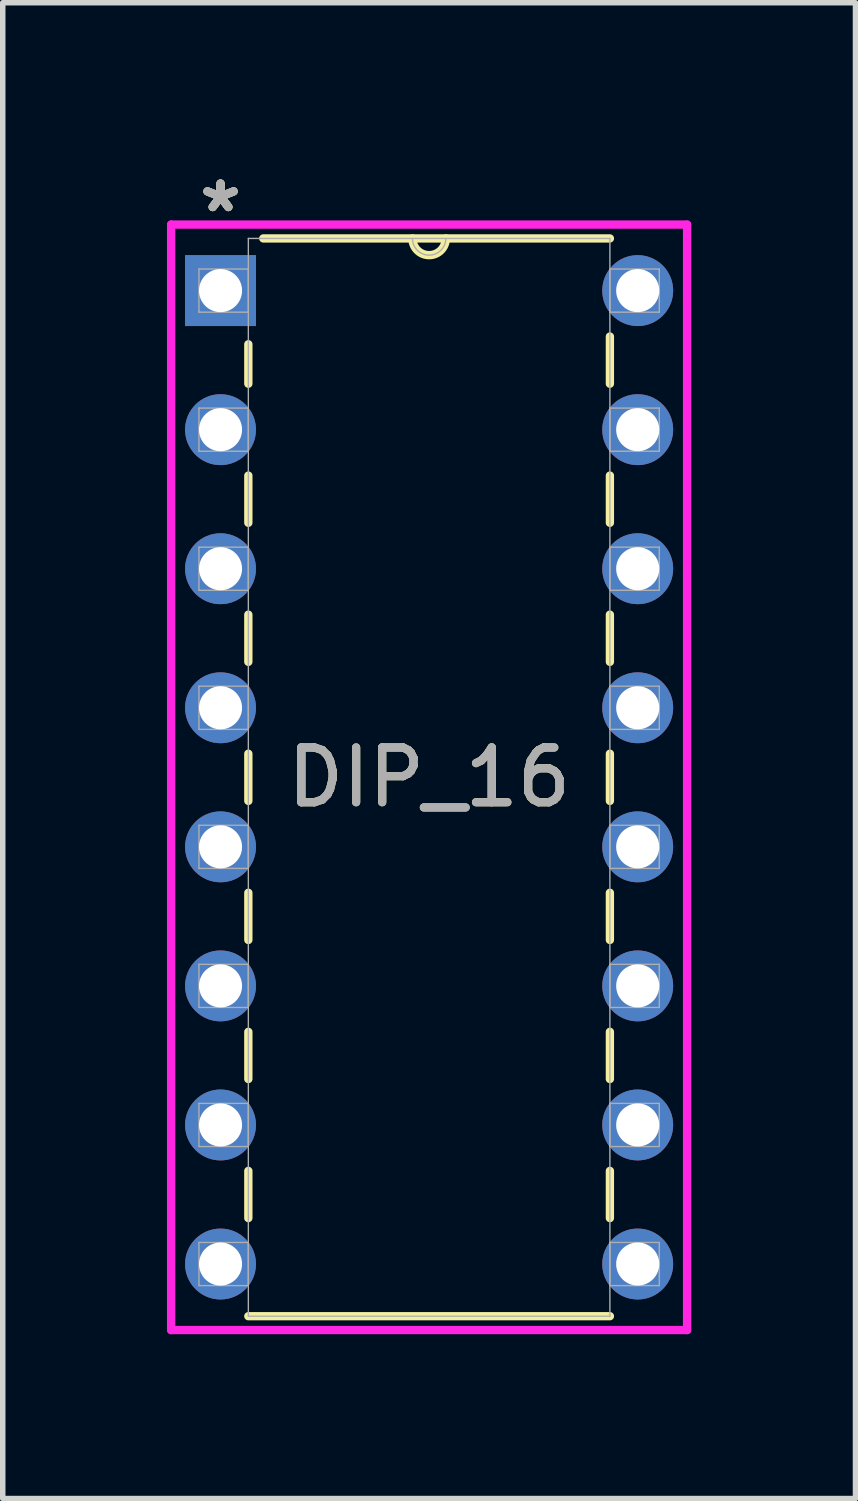
<source format=kicad_pcb>
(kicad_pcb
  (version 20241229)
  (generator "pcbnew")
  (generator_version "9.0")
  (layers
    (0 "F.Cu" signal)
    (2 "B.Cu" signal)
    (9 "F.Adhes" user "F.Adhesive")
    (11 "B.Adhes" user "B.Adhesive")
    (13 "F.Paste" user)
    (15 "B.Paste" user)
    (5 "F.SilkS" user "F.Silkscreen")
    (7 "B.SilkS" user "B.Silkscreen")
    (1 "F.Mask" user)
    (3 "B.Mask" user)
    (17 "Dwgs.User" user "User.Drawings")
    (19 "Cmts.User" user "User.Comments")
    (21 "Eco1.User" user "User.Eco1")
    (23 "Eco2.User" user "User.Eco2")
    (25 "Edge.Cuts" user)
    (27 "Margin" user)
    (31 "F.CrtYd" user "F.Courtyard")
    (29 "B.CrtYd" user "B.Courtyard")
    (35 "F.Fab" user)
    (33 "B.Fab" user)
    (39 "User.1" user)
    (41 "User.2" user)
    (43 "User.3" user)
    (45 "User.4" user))
  (footprint "DIP_16"
    (layer "F.Cu")
    (at 8.598 20.038)
    (property "Reference" "DIP_16" (at -3.81 -8.89 0) (unlocked yes) (layer "F.SilkS") (effects (font (size 1 1) (thickness 0.15))))
    (attr through_hole)
    (fp_line (start -7.112 -16.8) (end -7.112 -16.079) (stroke (width 0.152) (type solid)) (layer "F.SilkS"))
    (fp_line (start -7.112 -14.401) (end -7.112 -13.539) (stroke (width 0.152) (type solid)) (layer "F.SilkS"))
    (fp_line (start -7.112 -11.861) (end -7.112 -10.999) (stroke (width 0.152) (type solid)) (layer "F.SilkS"))
    (fp_line (start -7.112 -9.321) (end -7.112 -8.459) (stroke (width 0.152) (type solid)) (layer "F.SilkS"))
    (fp_line (start -7.112 -6.781) (end -7.112 -5.919) (stroke (width 0.152) (type solid)) (layer "F.SilkS"))
    (fp_line (start -7.112 -4.241) (end -7.112 -3.379) (stroke (width 0.152) (type solid)) (layer "F.SilkS"))
    (fp_line (start -7.112 -1.701) (end -7.112 -0.839) (stroke (width 0.152) (type solid)) (layer "F.SilkS"))
    (fp_line (start -7.112 0.953) (end -0.508 0.953) (stroke (width 0.152) (type solid)) (layer "F.SilkS"))
    (fp_line (start -0.508 -18.733) (end -6.839 -18.733) (stroke (width 0.152) (type solid)) (layer "F.SilkS"))
    (fp_line (start -0.508 -16.079) (end -0.508 -16.941) (stroke (width 0.152) (type solid)) (layer "F.SilkS"))
    (fp_line (start -0.508 -13.539) (end -0.508 -14.401) (stroke (width 0.152) (type solid)) (layer "F.SilkS"))
    (fp_line (start -0.508 -10.999) (end -0.508 -11.861) (stroke (width 0.152) (type solid)) (layer "F.SilkS"))
    (fp_line (start -0.508 -8.459) (end -0.508 -9.321) (stroke (width 0.152) (type solid)) (layer "F.SilkS"))
    (fp_line (start -0.508 -5.919) (end -0.508 -6.781) (stroke (width 0.152) (type solid)) (layer "F.SilkS"))
    (fp_line (start -0.508 -3.379) (end -0.508 -4.241) (stroke (width 0.152) (type solid)) (layer "F.SilkS"))
    (fp_line (start -0.508 -0.839) (end -0.508 -1.701) (stroke (width 0.152) (type solid)) (layer "F.SilkS"))
    (fp_arc (start -3.5052 -18.7325) (mid -3.81 -18.4277) (end -4.1148 -18.7325) (stroke (width 0.1524) (type solid)) (layer "F.SilkS"))
    (fp_line (start -8.522 -18.986) (end -8.522 1.206) (stroke (width 0.152) (type solid)) (layer "F.CrtYd"))
    (fp_line (start -8.522 1.206) (end 0.902 1.206) (stroke (width 0.152) (type solid)) (layer "F.CrtYd"))
    (fp_line (start 0.902 -18.986) (end -8.522 -18.986) (stroke (width 0.152) (type solid)) (layer "F.CrtYd"))
    (fp_line (start 0.902 1.206) (end 0.902 -18.986) (stroke (width 0.152) (type solid)) (layer "F.CrtYd"))
    (fp_line (start -8.014 -18.174) (end -8.014 -17.386) (stroke (width 0.025) (type solid)) (layer "F.Fab"))
    (fp_line (start -8.014 -17.386) (end -7.112 -17.386) (stroke (width 0.025) (type solid)) (layer "F.Fab"))
    (fp_line (start -8.014 -15.634) (end -8.014 -14.846) (stroke (width 0.025) (type solid)) (layer "F.Fab"))
    (fp_line (start -8.014 -14.846) (end -7.112 -14.846) (stroke (width 0.025) (type solid)) (layer "F.Fab"))
    (fp_line (start -8.014 -13.094) (end -8.014 -12.306) (stroke (width 0.025) (type solid)) (layer "F.Fab"))
    (fp_line (start -8.014 -12.306) (end -7.112 -12.306) (stroke (width 0.025) (type solid)) (layer "F.Fab"))
    (fp_line (start -8.014 -10.554) (end -8.014 -9.766) (stroke (width 0.025) (type solid)) (layer "F.Fab"))
    (fp_line (start -8.014 -9.766) (end -7.112 -9.766) (stroke (width 0.025) (type solid)) (layer "F.Fab"))
    (fp_line (start -8.014 -8.014) (end -8.014 -7.226) (stroke (width 0.025) (type solid)) (layer "F.Fab"))
    (fp_line (start -8.014 -7.226) (end -7.112 -7.226) (stroke (width 0.025) (type solid)) (layer "F.Fab"))
    (fp_line (start -8.014 -5.474) (end -8.014 -4.686) (stroke (width 0.025) (type solid)) (layer "F.Fab"))
    (fp_line (start -8.014 -4.686) (end -7.112 -4.686) (stroke (width 0.025) (type solid)) (layer "F.Fab"))
    (fp_line (start -8.014 -2.934) (end -8.014 -2.146) (stroke (width 0.025) (type solid)) (layer "F.Fab"))
    (fp_line (start -8.014 -2.146) (end -7.112 -2.146) (stroke (width 0.025) (type solid)) (layer "F.Fab"))
    (fp_line (start -8.014 -0.394) (end -8.014 0.394) (stroke (width 0.025) (type solid)) (layer "F.Fab"))
    (fp_line (start -8.014 0.394) (end -7.112 0.394) (stroke (width 0.025) (type solid)) (layer "F.Fab"))
    (fp_line (start -7.112 -18.733) (end -7.112 0.953) (stroke (width 0.025) (type solid)) (layer "F.Fab"))
    (fp_line (start -7.112 -18.174) (end -8.014 -18.174) (stroke (width 0.025) (type solid)) (layer "F.Fab"))
    (fp_line (start -7.112 -17.386) (end -7.112 -18.174) (stroke (width 0.025) (type solid)) (layer "F.Fab"))
    (fp_line (start -7.112 -15.634) (end -8.014 -15.634) (stroke (width 0.025) (type solid)) (layer "F.Fab"))
    (fp_line (start -7.112 -14.846) (end -7.112 -15.634) (stroke (width 0.025) (type solid)) (layer "F.Fab"))
    (fp_line (start -7.112 -13.094) (end -8.014 -13.094) (stroke (width 0.025) (type solid)) (layer "F.Fab"))
    (fp_line (start -7.112 -12.306) (end -7.112 -13.094) (stroke (width 0.025) (type solid)) (layer "F.Fab"))
    (fp_line (start -7.112 -10.554) (end -8.014 -10.554) (stroke (width 0.025) (type solid)) (layer "F.Fab"))
    (fp_line (start -7.112 -9.766) (end -7.112 -10.554) (stroke (width 0.025) (type solid)) (layer "F.Fab"))
    (fp_line (start -7.112 -8.014) (end -8.014 -8.014) (stroke (width 0.025) (type solid)) (layer "F.Fab"))
    (fp_line (start -7.112 -7.226) (end -7.112 -8.014) (stroke (width 0.025) (type solid)) (layer "F.Fab"))
    (fp_line (start -7.112 -5.474) (end -8.014 -5.474) (stroke (width 0.025) (type solid)) (layer "F.Fab"))
    (fp_line (start -7.112 -4.686) (end -7.112 -5.474) (stroke (width 0.025) (type solid)) (layer "F.Fab"))
    (fp_line (start -7.112 -2.934) (end -8.014 -2.934) (stroke (width 0.025) (type solid)) (layer "F.Fab"))
    (fp_line (start -7.112 -2.146) (end -7.112 -2.934) (stroke (width 0.025) (type solid)) (layer "F.Fab"))
    (fp_line (start -7.112 -0.394) (end -8.014 -0.394) (stroke (width 0.025) (type solid)) (layer "F.Fab"))
    (fp_line (start -7.112 0.394) (end -7.112 -0.394) (stroke (width 0.025) (type solid)) (layer "F.Fab"))
    (fp_line (start -7.112 0.953) (end -0.508 0.953) (stroke (width 0.025) (type solid)) (layer "F.Fab"))
    (fp_line (start -0.508 -18.733) (end -7.112 -18.733) (stroke (width 0.025) (type solid)) (layer "F.Fab"))
    (fp_line (start -0.508 -18.174) (end -0.508 -17.386) (stroke (width 0.025) (type solid)) (layer "F.Fab"))
    (fp_line (start -0.508 -17.386) (end 0.394 -17.386) (stroke (width 0.025) (type solid)) (layer "F.Fab"))
    (fp_line (start -0.508 -15.634) (end -0.508 -14.846) (stroke (width 0.025) (type solid)) (layer "F.Fab"))
    (fp_line (start -0.508 -14.846) (end 0.394 -14.846) (stroke (width 0.025) (type solid)) (layer "F.Fab"))
    (fp_line (start -0.508 -13.094) (end -0.508 -12.306) (stroke (width 0.025) (type solid)) (layer "F.Fab"))
    (fp_line (start -0.508 -12.306) (end 0.394 -12.306) (stroke (width 0.025) (type solid)) (layer "F.Fab"))
    (fp_line (start -0.508 -10.554) (end -0.508 -9.766) (stroke (width 0.025) (type solid)) (layer "F.Fab"))
    (fp_line (start -0.508 -9.766) (end 0.394 -9.766) (stroke (width 0.025) (type solid)) (layer "F.Fab"))
    (fp_line (start -0.508 -8.014) (end -0.508 -7.226) (stroke (width 0.025) (type solid)) (layer "F.Fab"))
    (fp_line (start -0.508 -7.226) (end 0.394 -7.226) (stroke (width 0.025) (type solid)) (layer "F.Fab"))
    (fp_line (start -0.508 -5.474) (end -0.508 -4.686) (stroke (width 0.025) (type solid)) (layer "F.Fab"))
    (fp_line (start -0.508 -4.686) (end 0.394 -4.686) (stroke (width 0.025) (type solid)) (layer "F.Fab"))
    (fp_line (start -0.508 -2.934) (end -0.508 -2.146) (stroke (width 0.025) (type solid)) (layer "F.Fab"))
    (fp_line (start -0.508 -2.146) (end 0.394 -2.146) (stroke (width 0.025) (type solid)) (layer "F.Fab"))
    (fp_line (start -0.508 -0.394) (end -0.508 0.394) (stroke (width 0.025) (type solid)) (layer "F.Fab"))
    (fp_line (start -0.508 0.394) (end 0.394 0.394) (stroke (width 0.025) (type solid)) (layer "F.Fab"))
    (fp_line (start -0.508 0.953) (end -0.508 -18.733) (stroke (width 0.025) (type solid)) (layer "F.Fab"))
    (fp_line (start 0.394 -18.174) (end -0.508 -18.174) (stroke (width 0.025) (type solid)) (layer "F.Fab"))
    (fp_line (start 0.394 -17.386) (end 0.394 -18.174) (stroke (width 0.025) (type solid)) (layer "F.Fab"))
    (fp_line (start 0.394 -15.634) (end -0.508 -15.634) (stroke (width 0.025) (type solid)) (layer "F.Fab"))
    (fp_line (start 0.394 -14.846) (end 0.394 -15.634) (stroke (width 0.025) (type solid)) (layer "F.Fab"))
    (fp_line (start 0.394 -13.094) (end -0.508 -13.094) (stroke (width 0.025) (type solid)) (layer "F.Fab"))
    (fp_line (start 0.394 -12.306) (end 0.394 -13.094) (stroke (width 0.025) (type solid)) (layer "F.Fab"))
    (fp_line (start 0.394 -10.554) (end -0.508 -10.554) (stroke (width 0.025) (type solid)) (layer "F.Fab"))
    (fp_line (start 0.394 -9.766) (end 0.394 -10.554) (stroke (width 0.025) (type solid)) (layer "F.Fab"))
    (fp_line (start 0.394 -8.014) (end -0.508 -8.014) (stroke (width 0.025) (type solid)) (layer "F.Fab"))
    (fp_line (start 0.394 -7.226) (end 0.394 -8.014) (stroke (width 0.025) (type solid)) (layer "F.Fab"))
    (fp_line (start 0.394 -5.474) (end -0.508 -5.474) (stroke (width 0.025) (type solid)) (layer "F.Fab"))
    (fp_line (start 0.394 -4.686) (end 0.394 -5.474) (stroke (width 0.025) (type solid)) (layer "F.Fab"))
    (fp_line (start 0.394 -2.934) (end -0.508 -2.934) (stroke (width 0.025) (type solid)) (layer "F.Fab"))
    (fp_line (start 0.394 -2.146) (end 0.394 -2.934) (stroke (width 0.025) (type solid)) (layer "F.Fab"))
    (fp_line (start 0.394 -0.394) (end -0.508 -0.394) (stroke (width 0.025) (type solid)) (layer "F.Fab"))
    (fp_line (start 0.394 0.394) (end 0.394 -0.394) (stroke (width 0.025) (type solid)) (layer "F.Fab"))
    (fp_arc (start -3.5052 -18.7325) (mid -3.81 -18.4277) (end -4.1148 -18.7325) (stroke (width 0.0254) (type solid)) (layer "F.Fab"))
    (fp_text user "*" (at -7.62 -19.19 0) (layer "F.SilkS") (effects (font (size 1 1) (thickness 0.15))))
    (fp_text user "*" (at -7.62 -19.19 0) (unlocked yes) (layer "F.SilkS") (effects (font (size 1 1) (thickness 0.15))))
    (fp_text user "*" (at -7.62 -19.19 0) (layer "F.Fab") (effects (font (size 1 1) (thickness 0.15))))
    (fp_text user "${REFERENCE}" (at -3.81 -8.89 0) (unlocked yes) (layer "F.Fab") (effects (font (size 1 1) (thickness 0.15))))
    (fp_text user "*" (at -7.62 -19.19 0) (unlocked yes) (layer "F.Fab") (effects (font (size 1 1) (thickness 0.15))))
    (pad "1" thru_hole rect (at -7.62 -17.78) (size 1.295 1.295) (drill 0.787) (layers "*.Cu" "*.Mask"))
    (pad "2" thru_hole circle (at -7.62 -15.24) (size 1.295 1.295) (drill 0.787) (layers "*.Cu" "*.Mask"))
    (pad "3" thru_hole circle (at -7.62 -12.7) (size 1.295 1.295) (drill 0.787) (layers "*.Cu" "*.Mask"))
    (pad "4" thru_hole circle (at -7.62 -10.16) (size 1.295 1.295) (drill 0.787) (layers "*.Cu" "*.Mask"))
    (pad "5" thru_hole circle (at -7.62 -7.62) (size 1.295 1.295) (drill 0.787) (layers "*.Cu" "*.Mask"))
    (pad "6" thru_hole circle (at -7.62 -5.08) (size 1.295 1.295) (drill 0.787) (layers "*.Cu" "*.Mask"))
    (pad "7" thru_hole circle (at -7.62 -2.54) (size 1.295 1.295) (drill 0.787) (layers "*.Cu" "*.Mask"))
    (pad "8" thru_hole circle (at -7.62 0) (size 1.295 1.295) (drill 0.787) (layers "*.Cu" "*.Mask"))
    (pad "9" thru_hole circle (at 0 0) (size 1.295 1.295) (drill 0.787) (layers "*.Cu" "*.Mask"))
    (pad "10" thru_hole circle (at 0 -2.54) (size 1.295 1.295) (drill 0.787) (layers "*.Cu" "*.Mask"))
    (pad "11" thru_hole circle (at 0 -5.08) (size 1.295 1.295) (drill 0.787) (layers "*.Cu" "*.Mask"))
    (pad "12" thru_hole circle (at 0 -7.62) (size 1.295 1.295) (drill 0.787) (layers "*.Cu" "*.Mask"))
    (pad "13" thru_hole circle (at 0 -10.16) (size 1.295 1.295) (drill 0.787) (layers "*.Cu" "*.Mask"))
    (pad "14" thru_hole circle (at 0 -12.7) (size 1.295 1.295) (drill 0.787) (layers "*.Cu" "*.Mask"))
    (pad "15" thru_hole circle (at 0 -15.24) (size 1.295 1.295) (drill 0.787) (layers "*.Cu" "*.Mask"))
    (pad "16" thru_hole circle (at 0 -17.78) (size 1.295 1.295) (drill 0.787) (layers "*.Cu" "*.Mask")))
  (gr_rect
    (start -3 -3)
    (end 12.576 24.321)
    (stroke (width 0.1) (type default))
    (fill no)
    (layer "Edge.Cuts")))
</source>
